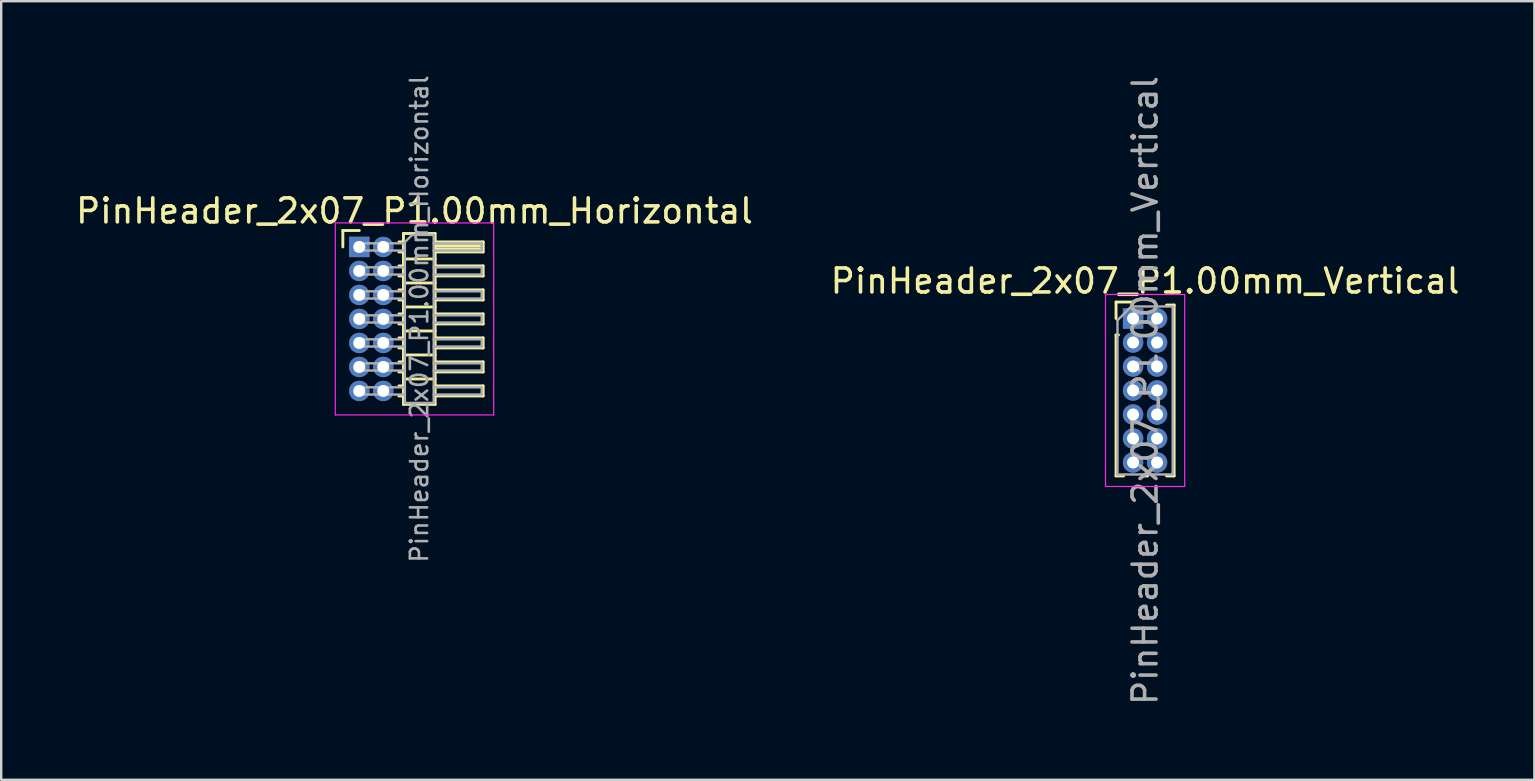
<source format=kicad_pcb>
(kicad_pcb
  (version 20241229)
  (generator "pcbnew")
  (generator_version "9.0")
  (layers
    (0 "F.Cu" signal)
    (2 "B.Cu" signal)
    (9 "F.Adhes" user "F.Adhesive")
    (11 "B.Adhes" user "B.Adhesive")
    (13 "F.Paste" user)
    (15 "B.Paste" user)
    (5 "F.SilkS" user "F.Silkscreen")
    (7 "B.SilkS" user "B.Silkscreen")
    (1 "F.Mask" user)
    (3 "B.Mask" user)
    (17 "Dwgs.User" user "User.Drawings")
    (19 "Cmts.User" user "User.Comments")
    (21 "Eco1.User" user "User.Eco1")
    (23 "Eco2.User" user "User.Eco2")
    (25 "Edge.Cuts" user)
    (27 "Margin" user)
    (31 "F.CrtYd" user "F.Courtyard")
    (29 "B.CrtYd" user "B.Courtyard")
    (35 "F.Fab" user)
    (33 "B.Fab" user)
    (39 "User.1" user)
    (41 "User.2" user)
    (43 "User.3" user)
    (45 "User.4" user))
  (footprint "PinHeader_2x07_P1.00mm_Vertical"
    (layer "F.Cu")
    (at 44.161 10.22)
    (property "Reference" "PinHeader_2x07_P1.00mm_Vertical" (at 0.5 -1.56 0) (layer "F.SilkS") (effects (font (size 1 1) (thickness 0.15))))
    (attr through_hole)
    (fp_line (start -0.71 -0.685) (end 0 -0.685) (stroke (width 0.12) (type solid)) (layer "F.SilkS"))
    (fp_line (start -0.71 0) (end -0.71 -0.685) (stroke (width 0.12) (type solid)) (layer "F.SilkS"))
    (fp_line (start -0.71 0.685) (end -0.71 6.56) (stroke (width 0.12) (type solid)) (layer "F.SilkS"))
    (fp_line (start -0.71 0.685) (end -0.608 0.685) (stroke (width 0.12) (type solid)) (layer "F.SilkS"))
    (fp_line (start -0.71 6.56) (end -0.394 6.56) (stroke (width 0.12) (type solid)) (layer "F.SilkS"))
    (fp_line (start 0.394 6.56) (end 0.606 6.56) (stroke (width 0.12) (type solid)) (layer "F.SilkS"))
    (fp_line (start 1.394 -0.56) (end 1.71 -0.56) (stroke (width 0.12) (type solid)) (layer "F.SilkS"))
    (fp_line (start 1.394 6.56) (end 1.71 6.56) (stroke (width 0.12) (type solid)) (layer "F.SilkS"))
    (fp_line (start 1.71 -0.56) (end 1.71 6.56) (stroke (width 0.12) (type solid)) (layer "F.SilkS"))
    (fp_line (start -1.15 -1) (end -1.15 7) (stroke (width 0.05) (type solid)) (layer "F.CrtYd"))
    (fp_line (start -1.15 7) (end 2.15 7) (stroke (width 0.05) (type solid)) (layer "F.CrtYd"))
    (fp_line (start 2.15 -1) (end -1.15 -1) (stroke (width 0.05) (type solid)) (layer "F.CrtYd"))
    (fp_line (start 2.15 7) (end 2.15 -1) (stroke (width 0.05) (type solid)) (layer "F.CrtYd"))
    (fp_line (start -0.65 0.075) (end -0.075 -0.5) (stroke (width 0.1) (type solid)) (layer "F.Fab"))
    (fp_line (start -0.65 6.5) (end -0.65 0.075) (stroke (width 0.1) (type solid)) (layer "F.Fab"))
    (fp_line (start -0.075 -0.5) (end 1.65 -0.5) (stroke (width 0.1) (type solid)) (layer "F.Fab"))
    (fp_line (start 1.65 -0.5) (end 1.65 6.5) (stroke (width 0.1) (type solid)) (layer "F.Fab"))
    (fp_line (start 1.65 6.5) (end -0.65 6.5) (stroke (width 0.1) (type solid)) (layer "F.Fab"))
    (fp_text user "${REFERENCE}" (at 0.5 3 90) (layer "F.Fab") (effects (font (size 1 1) (thickness 0.15))))
    (pad "1" thru_hole rect (at 0 0) (size 0.85 0.85) (drill 0.5) (layers "*.Cu" "*.Mask"))
    (pad "2" thru_hole oval (at 1 0) (size 0.85 0.85) (drill 0.5) (layers "*.Cu" "*.Mask"))
    (pad "3" thru_hole oval (at 0 1) (size 0.85 0.85) (drill 0.5) (layers "*.Cu" "*.Mask"))
    (pad "4" thru_hole oval (at 1 1) (size 0.85 0.85) (drill 0.5) (layers "*.Cu" "*.Mask"))
    (pad "5" thru_hole oval (at 0 2) (size 0.85 0.85) (drill 0.5) (layers "*.Cu" "*.Mask"))
    (pad "6" thru_hole oval (at 1 2) (size 0.85 0.85) (drill 0.5) (layers "*.Cu" "*.Mask"))
    (pad "7" thru_hole oval (at 0 3) (size 0.85 0.85) (drill 0.5) (layers "*.Cu" "*.Mask"))
    (pad "8" thru_hole oval (at 1 3) (size 0.85 0.85) (drill 0.5) (layers "*.Cu" "*.Mask"))
    (pad "9" thru_hole oval (at 0 4) (size 0.85 0.85) (drill 0.5) (layers "*.Cu" "*.Mask"))
    (pad "10" thru_hole oval (at 1 4) (size 0.85 0.85) (drill 0.5) (layers "*.Cu" "*.Mask"))
    (pad "11" thru_hole oval (at 0 5) (size 0.85 0.85) (drill 0.5) (layers "*.Cu" "*.Mask"))
    (pad "12" thru_hole oval (at 1 5) (size 0.85 0.85) (drill 0.5) (layers "*.Cu" "*.Mask"))
    (pad "13" thru_hole oval (at 0 6) (size 0.85 0.85) (drill 0.5) (layers "*.Cu" "*.Mask"))
    (pad "14" thru_hole oval (at 1 6) (size 0.85 0.85) (drill 0.5) (layers "*.Cu" "*.Mask")))
  (footprint "PinHeader_2x07_P1.00mm_Horizontal"
    (layer "F.Cu")
    (at 11.92 7.239)
    (property "Reference" "PinHeader_2x07_P1.00mm_Horizontal" (at 2.3 -1.5 0) (layer "F.SilkS") (effects (font (size 1 1) (thickness 0.15))))
    (attr through_hole)
    (fp_line (start -0.685 -0.685) (end 0 -0.685) (stroke (width 0.12) (type solid)) (layer "F.SilkS"))
    (fp_line (start -0.685 0) (end -0.685 -0.685) (stroke (width 0.12) (type solid)) (layer "F.SilkS"))
    (fp_line (start 1.652 -0.21) (end 1.84 -0.21) (stroke (width 0.12) (type solid)) (layer "F.SilkS"))
    (fp_line (start 1.652 0.21) (end 1.84 0.21) (stroke (width 0.12) (type solid)) (layer "F.SilkS"))
    (fp_line (start 1.652 0.79) (end 1.84 0.79) (stroke (width 0.12) (type solid)) (layer "F.SilkS"))
    (fp_line (start 1.652 1.21) (end 1.84 1.21) (stroke (width 0.12) (type solid)) (layer "F.SilkS"))
    (fp_line (start 1.652 1.79) (end 1.84 1.79) (stroke (width 0.12) (type solid)) (layer "F.SilkS"))
    (fp_line (start 1.652 2.21) (end 1.84 2.21) (stroke (width 0.12) (type solid)) (layer "F.SilkS"))
    (fp_line (start 1.652 2.79) (end 1.84 2.79) (stroke (width 0.12) (type solid)) (layer "F.SilkS"))
    (fp_line (start 1.652 3.21) (end 1.84 3.21) (stroke (width 0.12) (type solid)) (layer "F.SilkS"))
    (fp_line (start 1.652 3.79) (end 1.84 3.79) (stroke (width 0.12) (type solid)) (layer "F.SilkS"))
    (fp_line (start 1.652 4.21) (end 1.84 4.21) (stroke (width 0.12) (type solid)) (layer "F.SilkS"))
    (fp_line (start 1.652 4.79) (end 1.84 4.79) (stroke (width 0.12) (type solid)) (layer "F.SilkS"))
    (fp_line (start 1.652 5.21) (end 1.84 5.21) (stroke (width 0.12) (type solid)) (layer "F.SilkS"))
    (fp_line (start 1.652 5.79) (end 1.84 5.79) (stroke (width 0.12) (type solid)) (layer "F.SilkS"))
    (fp_line (start 1.652 6.21) (end 1.84 6.21) (stroke (width 0.12) (type solid)) (layer "F.SilkS"))
    (fp_line (start 1.84 -0.56) (end 1.84 6.56) (stroke (width 0.12) (type solid)) (layer "F.SilkS"))
    (fp_line (start 1.84 0.5) (end 3.16 0.5) (stroke (width 0.12) (type solid)) (layer "F.SilkS"))
    (fp_line (start 1.84 1.5) (end 3.16 1.5) (stroke (width 0.12) (type solid)) (layer "F.SilkS"))
    (fp_line (start 1.84 2.5) (end 3.16 2.5) (stroke (width 0.12) (type solid)) (layer "F.SilkS"))
    (fp_line (start 1.84 3.5) (end 3.16 3.5) (stroke (width 0.12) (type solid)) (layer "F.SilkS"))
    (fp_line (start 1.84 4.5) (end 3.16 4.5) (stroke (width 0.12) (type solid)) (layer "F.SilkS"))
    (fp_line (start 1.84 5.5) (end 3.16 5.5) (stroke (width 0.12) (type solid)) (layer "F.SilkS"))
    (fp_line (start 1.84 6.56) (end 3.16 6.56) (stroke (width 0.12) (type solid)) (layer "F.SilkS"))
    (fp_line (start 3.16 -0.56) (end 1.84 -0.56) (stroke (width 0.12) (type solid)) (layer "F.SilkS"))
    (fp_line (start 3.16 -0.21) (end 5.16 -0.21) (stroke (width 0.12) (type solid)) (layer "F.SilkS"))
    (fp_line (start 3.16 -0.15) (end 5.16 -0.15) (stroke (width 0.12) (type solid)) (layer "F.SilkS"))
    (fp_line (start 3.16 -0.03) (end 5.16 -0.03) (stroke (width 0.12) (type solid)) (layer "F.SilkS"))
    (fp_line (start 3.16 0.09) (end 5.16 0.09) (stroke (width 0.12) (type solid)) (layer "F.SilkS"))
    (fp_line (start 3.16 0.79) (end 5.16 0.79) (stroke (width 0.12) (type solid)) (layer "F.SilkS"))
    (fp_line (start 3.16 1.79) (end 5.16 1.79) (stroke (width 0.12) (type solid)) (layer "F.SilkS"))
    (fp_line (start 3.16 2.79) (end 5.16 2.79) (stroke (width 0.12) (type solid)) (layer "F.SilkS"))
    (fp_line (start 3.16 3.79) (end 5.16 3.79) (stroke (width 0.12) (type solid)) (layer "F.SilkS"))
    (fp_line (start 3.16 4.79) (end 5.16 4.79) (stroke (width 0.12) (type solid)) (layer "F.SilkS"))
    (fp_line (start 3.16 5.79) (end 5.16 5.79) (stroke (width 0.12) (type solid)) (layer "F.SilkS"))
    (fp_line (start 3.16 6.56) (end 3.16 -0.56) (stroke (width 0.12) (type solid)) (layer "F.SilkS"))
    (fp_line (start 5.16 -0.21) (end 5.16 0.21) (stroke (width 0.12) (type solid)) (layer "F.SilkS"))
    (fp_line (start 5.16 0.21) (end 3.16 0.21) (stroke (width 0.12) (type solid)) (layer "F.SilkS"))
    (fp_line (start 5.16 0.79) (end 5.16 1.21) (stroke (width 0.12) (type solid)) (layer "F.SilkS"))
    (fp_line (start 5.16 1.21) (end 3.16 1.21) (stroke (width 0.12) (type solid)) (layer "F.SilkS"))
    (fp_line (start 5.16 1.79) (end 5.16 2.21) (stroke (width 0.12) (type solid)) (layer "F.SilkS"))
    (fp_line (start 5.16 2.21) (end 3.16 2.21) (stroke (width 0.12) (type solid)) (layer "F.SilkS"))
    (fp_line (start 5.16 2.79) (end 5.16 3.21) (stroke (width 0.12) (type solid)) (layer "F.SilkS"))
    (fp_line (start 5.16 3.21) (end 3.16 3.21) (stroke (width 0.12) (type solid)) (layer "F.SilkS"))
    (fp_line (start 5.16 3.79) (end 5.16 4.21) (stroke (width 0.12) (type solid)) (layer "F.SilkS"))
    (fp_line (start 5.16 4.21) (end 3.16 4.21) (stroke (width 0.12) (type solid)) (layer "F.SilkS"))
    (fp_line (start 5.16 4.79) (end 5.16 5.21) (stroke (width 0.12) (type solid)) (layer "F.SilkS"))
    (fp_line (start 5.16 5.21) (end 3.16 5.21) (stroke (width 0.12) (type solid)) (layer "F.SilkS"))
    (fp_line (start 5.16 5.79) (end 5.16 6.21) (stroke (width 0.12) (type solid)) (layer "F.SilkS"))
    (fp_line (start 5.16 6.21) (end 3.16 6.21) (stroke (width 0.12) (type solid)) (layer "F.SilkS"))
    (fp_line (start -1 -1) (end -1 7) (stroke (width 0.05) (type solid)) (layer "F.CrtYd"))
    (fp_line (start -1 7) (end 5.6 7) (stroke (width 0.05) (type solid)) (layer "F.CrtYd"))
    (fp_line (start 5.6 -1) (end -1 -1) (stroke (width 0.05) (type solid)) (layer "F.CrtYd"))
    (fp_line (start 5.6 7) (end 5.6 -1) (stroke (width 0.05) (type solid)) (layer "F.CrtYd"))
    (fp_line (start -0.15 -0.15) (end -0.15 0.15) (stroke (width 0.1) (type solid)) (layer "F.Fab"))
    (fp_line (start -0.15 -0.15) (end 1.9 -0.15) (stroke (width 0.1) (type solid)) (layer "F.Fab"))
    (fp_line (start -0.15 0.15) (end 1.9 0.15) (stroke (width 0.1) (type solid)) (layer "F.Fab"))
    (fp_line (start -0.15 0.85) (end -0.15 1.15) (stroke (width 0.1) (type solid)) (layer "F.Fab"))
    (fp_line (start -0.15 0.85) (end 1.9 0.85) (stroke (width 0.1) (type solid)) (layer "F.Fab"))
    (fp_line (start -0.15 1.15) (end 1.9 1.15) (stroke (width 0.1) (type solid)) (layer "F.Fab"))
    (fp_line (start -0.15 1.85) (end -0.15 2.15) (stroke (width 0.1) (type solid)) (layer "F.Fab"))
    (fp_line (start -0.15 1.85) (end 1.9 1.85) (stroke (width 0.1) (type solid)) (layer "F.Fab"))
    (fp_line (start -0.15 2.15) (end 1.9 2.15) (stroke (width 0.1) (type solid)) (layer "F.Fab"))
    (fp_line (start -0.15 2.85) (end -0.15 3.15) (stroke (width 0.1) (type solid)) (layer "F.Fab"))
    (fp_line (start -0.15 2.85) (end 1.9 2.85) (stroke (width 0.1) (type solid)) (layer "F.Fab"))
    (fp_line (start -0.15 3.15) (end 1.9 3.15) (stroke (width 0.1) (type solid)) (layer "F.Fab"))
    (fp_line (start -0.15 3.85) (end -0.15 4.15) (stroke (width 0.1) (type solid)) (layer "F.Fab"))
    (fp_line (start -0.15 3.85) (end 1.9 3.85) (stroke (width 0.1) (type solid)) (layer "F.Fab"))
    (fp_line (start -0.15 4.15) (end 1.9 4.15) (stroke (width 0.1) (type solid)) (layer "F.Fab"))
    (fp_line (start -0.15 4.85) (end -0.15 5.15) (stroke (width 0.1) (type solid)) (layer "F.Fab"))
    (fp_line (start -0.15 4.85) (end 1.9 4.85) (stroke (width 0.1) (type solid)) (layer "F.Fab"))
    (fp_line (start -0.15 5.15) (end 1.9 5.15) (stroke (width 0.1) (type solid)) (layer "F.Fab"))
    (fp_line (start -0.15 5.85) (end -0.15 6.15) (stroke (width 0.1) (type solid)) (layer "F.Fab"))
    (fp_line (start -0.15 5.85) (end 1.9 5.85) (stroke (width 0.1) (type solid)) (layer "F.Fab"))
    (fp_line (start -0.15 6.15) (end 1.9 6.15) (stroke (width 0.1) (type solid)) (layer "F.Fab"))
    (fp_line (start 1.9 -0.2) (end 2.2 -0.5) (stroke (width 0.1) (type solid)) (layer "F.Fab"))
    (fp_line (start 1.9 6.5) (end 1.9 -0.2) (stroke (width 0.1) (type solid)) (layer "F.Fab"))
    (fp_line (start 2.2 -0.5) (end 3.1 -0.5) (stroke (width 0.1) (type solid)) (layer "F.Fab"))
    (fp_line (start 3.1 -0.5) (end 3.1 6.5) (stroke (width 0.1) (type solid)) (layer "F.Fab"))
    (fp_line (start 3.1 -0.15) (end 5.1 -0.15) (stroke (width 0.1) (type solid)) (layer "F.Fab"))
    (fp_line (start 3.1 0.15) (end 5.1 0.15) (stroke (width 0.1) (type solid)) (layer "F.Fab"))
    (fp_line (start 3.1 0.85) (end 5.1 0.85) (stroke (width 0.1) (type solid)) (layer "F.Fab"))
    (fp_line (start 3.1 1.15) (end 5.1 1.15) (stroke (width 0.1) (type solid)) (layer "F.Fab"))
    (fp_line (start 3.1 1.85) (end 5.1 1.85) (stroke (width 0.1) (type solid)) (layer "F.Fab"))
    (fp_line (start 3.1 2.15) (end 5.1 2.15) (stroke (width 0.1) (type solid)) (layer "F.Fab"))
    (fp_line (start 3.1 2.85) (end 5.1 2.85) (stroke (width 0.1) (type solid)) (layer "F.Fab"))
    (fp_line (start 3.1 3.15) (end 5.1 3.15) (stroke (width 0.1) (type solid)) (layer "F.Fab"))
    (fp_line (start 3.1 3.85) (end 5.1 3.85) (stroke (width 0.1) (type solid)) (layer "F.Fab"))
    (fp_line (start 3.1 4.15) (end 5.1 4.15) (stroke (width 0.1) (type solid)) (layer "F.Fab"))
    (fp_line (start 3.1 4.85) (end 5.1 4.85) (stroke (width 0.1) (type solid)) (layer "F.Fab"))
    (fp_line (start 3.1 5.15) (end 5.1 5.15) (stroke (width 0.1) (type solid)) (layer "F.Fab"))
    (fp_line (start 3.1 5.85) (end 5.1 5.85) (stroke (width 0.1) (type solid)) (layer "F.Fab"))
    (fp_line (start 3.1 6.15) (end 5.1 6.15) (stroke (width 0.1) (type solid)) (layer "F.Fab"))
    (fp_line (start 3.1 6.5) (end 1.9 6.5) (stroke (width 0.1) (type solid)) (layer "F.Fab"))
    (fp_line (start 5.1 -0.15) (end 5.1 0.15) (stroke (width 0.1) (type solid)) (layer "F.Fab"))
    (fp_line (start 5.1 0.85) (end 5.1 1.15) (stroke (width 0.1) (type solid)) (layer "F.Fab"))
    (fp_line (start 5.1 1.85) (end 5.1 2.15) (stroke (width 0.1) (type solid)) (layer "F.Fab"))
    (fp_line (start 5.1 2.85) (end 5.1 3.15) (stroke (width 0.1) (type solid)) (layer "F.Fab"))
    (fp_line (start 5.1 3.85) (end 5.1 4.15) (stroke (width 0.1) (type solid)) (layer "F.Fab"))
    (fp_line (start 5.1 4.85) (end 5.1 5.15) (stroke (width 0.1) (type solid)) (layer "F.Fab"))
    (fp_line (start 5.1 5.85) (end 5.1 6.15) (stroke (width 0.1) (type solid)) (layer "F.Fab"))
    (fp_text user "${REFERENCE}" (at 2.5 3 90) (layer "F.Fab") (effects (font (size 0.72 0.72) (thickness 0.108))))
    (pad "1" thru_hole rect (at 0 0) (size 0.85 0.85) (drill 0.5) (layers "*.Cu" "*.Mask"))
    (pad "2" thru_hole oval (at 1 0) (size 0.85 0.85) (drill 0.5) (layers "*.Cu" "*.Mask"))
    (pad "3" thru_hole oval (at 0 1) (size 0.85 0.85) (drill 0.5) (layers "*.Cu" "*.Mask"))
    (pad "4" thru_hole oval (at 1 1) (size 0.85 0.85) (drill 0.5) (layers "*.Cu" "*.Mask"))
    (pad "5" thru_hole oval (at 0 2) (size 0.85 0.85) (drill 0.5) (layers "*.Cu" "*.Mask"))
    (pad "6" thru_hole oval (at 1 2) (size 0.85 0.85) (drill 0.5) (layers "*.Cu" "*.Mask"))
    (pad "7" thru_hole oval (at 0 3) (size 0.85 0.85) (drill 0.5) (layers "*.Cu" "*.Mask"))
    (pad "8" thru_hole oval (at 1 3) (size 0.85 0.85) (drill 0.5) (layers "*.Cu" "*.Mask"))
    (pad "9" thru_hole oval (at 0 4) (size 0.85 0.85) (drill 0.5) (layers "*.Cu" "*.Mask"))
    (pad "10" thru_hole oval (at 1 4) (size 0.85 0.85) (drill 0.5) (layers "*.Cu" "*.Mask"))
    (pad "11" thru_hole oval (at 0 5) (size 0.85 0.85) (drill 0.5) (layers "*.Cu" "*.Mask"))
    (pad "12" thru_hole oval (at 1 5) (size 0.85 0.85) (drill 0.5) (layers "*.Cu" "*.Mask"))
    (pad "13" thru_hole oval (at 0 6) (size 0.85 0.85) (drill 0.5) (layers "*.Cu" "*.Mask"))
    (pad "14" thru_hole oval (at 1 6) (size 0.85 0.85) (drill 0.5) (layers "*.Cu" "*.Mask")))
  (gr_rect
    (start -3 -3)
    (end 60.881 29.44)
    (stroke (width 0.1) (type default))
    (fill no)
    (layer "Edge.Cuts")))
</source>
